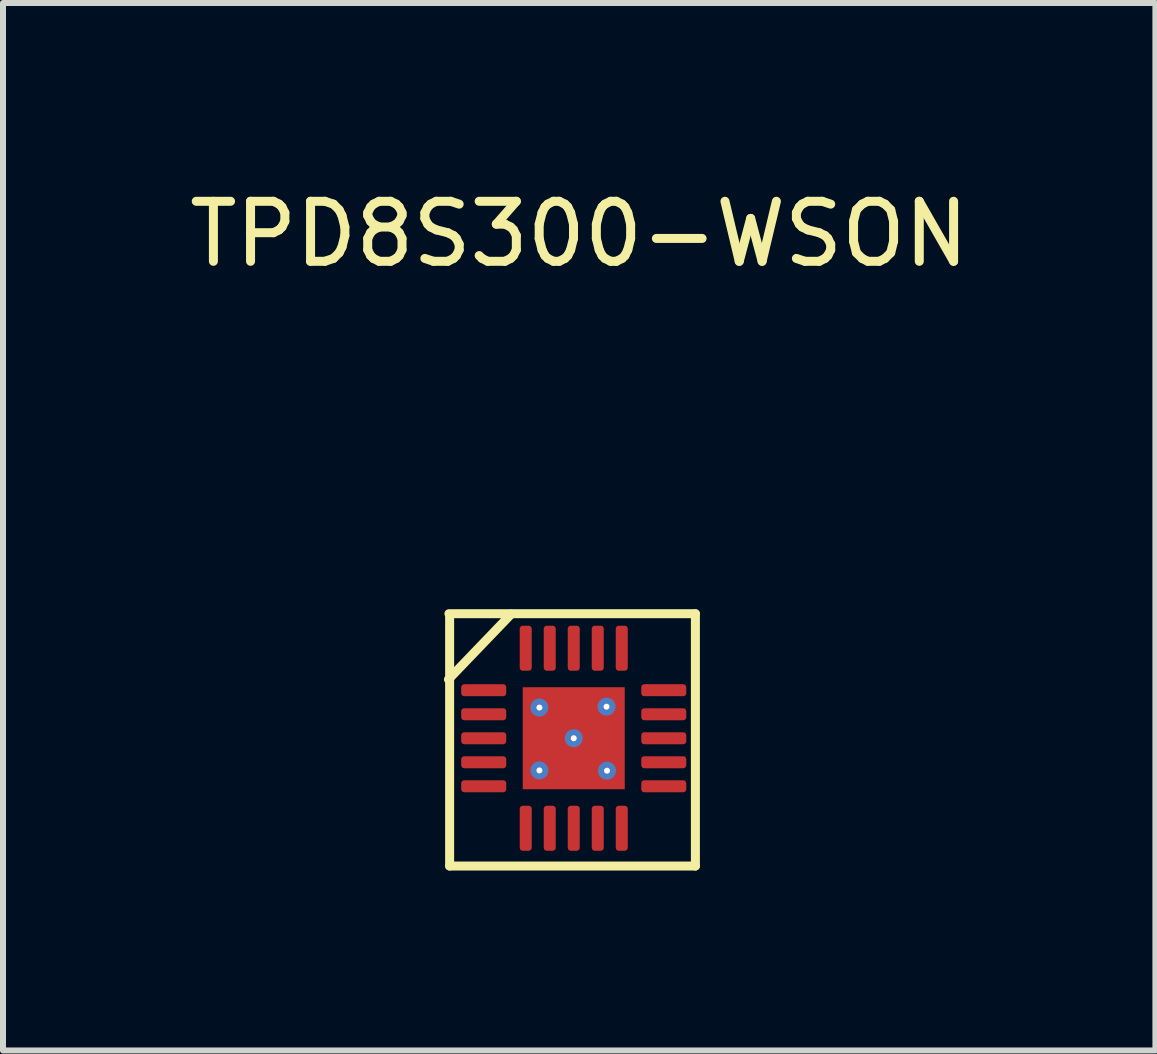
<source format=kicad_pcb>
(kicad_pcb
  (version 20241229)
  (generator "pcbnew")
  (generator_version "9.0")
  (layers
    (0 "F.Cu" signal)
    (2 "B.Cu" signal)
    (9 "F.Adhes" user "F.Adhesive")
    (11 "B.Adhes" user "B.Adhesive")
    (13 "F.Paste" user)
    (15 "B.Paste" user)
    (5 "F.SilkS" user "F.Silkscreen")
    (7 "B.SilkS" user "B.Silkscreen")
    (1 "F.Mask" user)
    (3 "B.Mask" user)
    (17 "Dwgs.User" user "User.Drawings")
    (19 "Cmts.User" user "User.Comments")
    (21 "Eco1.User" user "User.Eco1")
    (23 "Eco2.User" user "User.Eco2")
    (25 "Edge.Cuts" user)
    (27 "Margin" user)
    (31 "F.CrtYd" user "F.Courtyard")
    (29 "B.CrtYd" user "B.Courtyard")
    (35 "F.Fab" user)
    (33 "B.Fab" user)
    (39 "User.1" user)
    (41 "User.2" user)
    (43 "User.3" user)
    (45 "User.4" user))
  (footprint "TPD8S300-WSON"
    (layer "F.Cu")
    (at 6.51 9.251)
    (property "Reference" "TPD8S300-WSON" (at 0.091 -8.402 0) (layer "F.SilkS") (effects (font (size 1 1) (thickness 0.15))))
    (attr through_hole)
    (fp_line (start -2.088 -0.98) (end -1.041 -2.07) (stroke (width 0.15) (type solid)) (layer "F.SilkS"))
    (fp_line (start -2.068 -2.024) (end -2.068 2.129) (stroke (width 0.15) (type solid)) (layer "F.SilkS"))
    (fp_line (start -2.068 2.129) (end 2.027 2.129) (stroke (width 0.15) (type solid)) (layer "F.SilkS"))
    (fp_line (start 2.027 -2.075) (end -2.08 -2.075) (stroke (width 0.15) (type solid)) (layer "F.SilkS"))
    (fp_line (start 2.027 2.129) (end 2.027 -2.075) (stroke (width 0.15) (type solid)) (layer "F.SilkS"))
    (pad "1" smd roundrect (at -0.8 -1.5) (size 0.2 0.75) (layers "F.Cu" "F.Mask" "F.Paste") (roundrect_rratio 0.25))
    (pad "2" smd roundrect (at -0.4 -1.5) (size 0.2 0.75) (layers "F.Cu" "F.Mask" "F.Paste") (roundrect_rratio 0.25))
    (pad "3" smd roundrect (at 0 -1.5) (size 0.2 0.75) (layers "F.Cu" "F.Mask" "F.Paste") (roundrect_rratio 0.25))
    (pad "4" smd roundrect (at 0.4 -1.5) (size 0.2 0.75) (layers "F.Cu" "F.Mask" "F.Paste") (roundrect_rratio 0.25))
    (pad "5" smd roundrect (at 0.8 -1.5) (size 0.2 0.75) (layers "F.Cu" "F.Mask" "F.Paste") (roundrect_rratio 0.25))
    (pad "6" smd roundrect (at 1.5 -0.8 90) (size 0.2 0.75) (layers "F.Cu" "F.Mask" "F.Paste") (roundrect_rratio 0.25))
    (pad "7" smd roundrect (at 1.5 -0.4 90) (size 0.2 0.75) (layers "F.Cu" "F.Mask" "F.Paste") (roundrect_rratio 0.25))
    (pad "8" smd roundrect (at 1.5 0 90) (size 0.2 0.75) (layers "F.Cu" "F.Mask" "F.Paste") (roundrect_rratio 0.25))
    (pad "9" smd roundrect (at 1.5 0.4 90) (size 0.2 0.75) (layers "F.Cu" "F.Mask" "F.Paste") (roundrect_rratio 0.25))
    (pad "10" smd roundrect (at 1.5 0.8 90) (size 0.2 0.75) (layers "F.Cu" "F.Mask" "F.Paste") (roundrect_rratio 0.25))
    (pad "11" smd roundrect (at 0.8 1.5 180) (size 0.2 0.75) (layers "F.Cu" "F.Mask" "F.Paste") (roundrect_rratio 0.25))
    (pad "12" smd roundrect (at 0.4 1.5 180) (size 0.2 0.75) (layers "F.Cu" "F.Mask" "F.Paste") (roundrect_rratio 0.25))
    (pad "13" smd roundrect (at 0 1.5 180) (size 0.2 0.75) (layers "F.Cu" "F.Mask" "F.Paste") (roundrect_rratio 0.25))
    (pad "14" smd roundrect (at -0.4 1.5 180) (size 0.2 0.75) (layers "F.Cu" "F.Mask" "F.Paste") (roundrect_rratio 0.25))
    (pad "15" smd roundrect (at -0.8 1.5 180) (size 0.2 0.75) (layers "F.Cu" "F.Mask" "F.Paste") (roundrect_rratio 0.25))
    (pad "16" smd roundrect (at -1.5 0.8 270) (size 0.2 0.75) (layers "F.Cu" "F.Mask" "F.Paste") (roundrect_rratio 0.25))
    (pad "17" smd roundrect (at -1.5 0.4 270) (size 0.2 0.75) (layers "F.Cu" "F.Mask" "F.Paste") (roundrect_rratio 0.25))
    (pad "18" smd roundrect (at -1.5 0 270) (size 0.2 0.75) (layers "F.Cu" "F.Mask" "F.Paste") (roundrect_rratio 0.25))
    (pad "19" smd roundrect (at -1.5 -0.4 270) (size 0.2 0.75) (layers "F.Cu" "F.Mask" "F.Paste") (roundrect_rratio 0.25))
    (pad "20" smd roundrect (at -1.5 -0.8 270) (size 0.2 0.75) (layers "F.Cu" "F.Mask" "F.Paste") (roundrect_rratio 0.25))
    (pad "21" thru_hole circle (at -0.572 -0.511) (size 0.3 0.3) (drill 0.1) (layers "*.Cu" "*.Mask"))
    (pad "22" smd rect (at 0 0) (size 1.7 1.7) (layers "F.Cu" "F.Mask" "F.Paste"))
    (pad "22" thru_hole circle (at 0.546 -0.526) (size 0.3 0.3) (drill 0.1) (layers "*.Cu" "*.Mask"))
    (pad "23" thru_hole circle (at -0.572 0.536) (size 0.3 0.3) (drill 0.1) (layers "*.Cu" "*.Mask"))
    (pad "24" thru_hole circle (at 0 0) (size 0.3 0.3) (drill 0.1) (layers "*.Cu" "*.Mask"))
    (pad "25" thru_hole circle (at 0.554 0.541) (size 0.3 0.3) (drill 0.1) (layers "*.Cu" "*.Mask")))
  (gr_rect
    (start -3 -3)
    (end 16.202 14.454)
    (stroke (width 0.1) (type default))
    (fill no)
    (layer "Edge.Cuts")))
</source>
